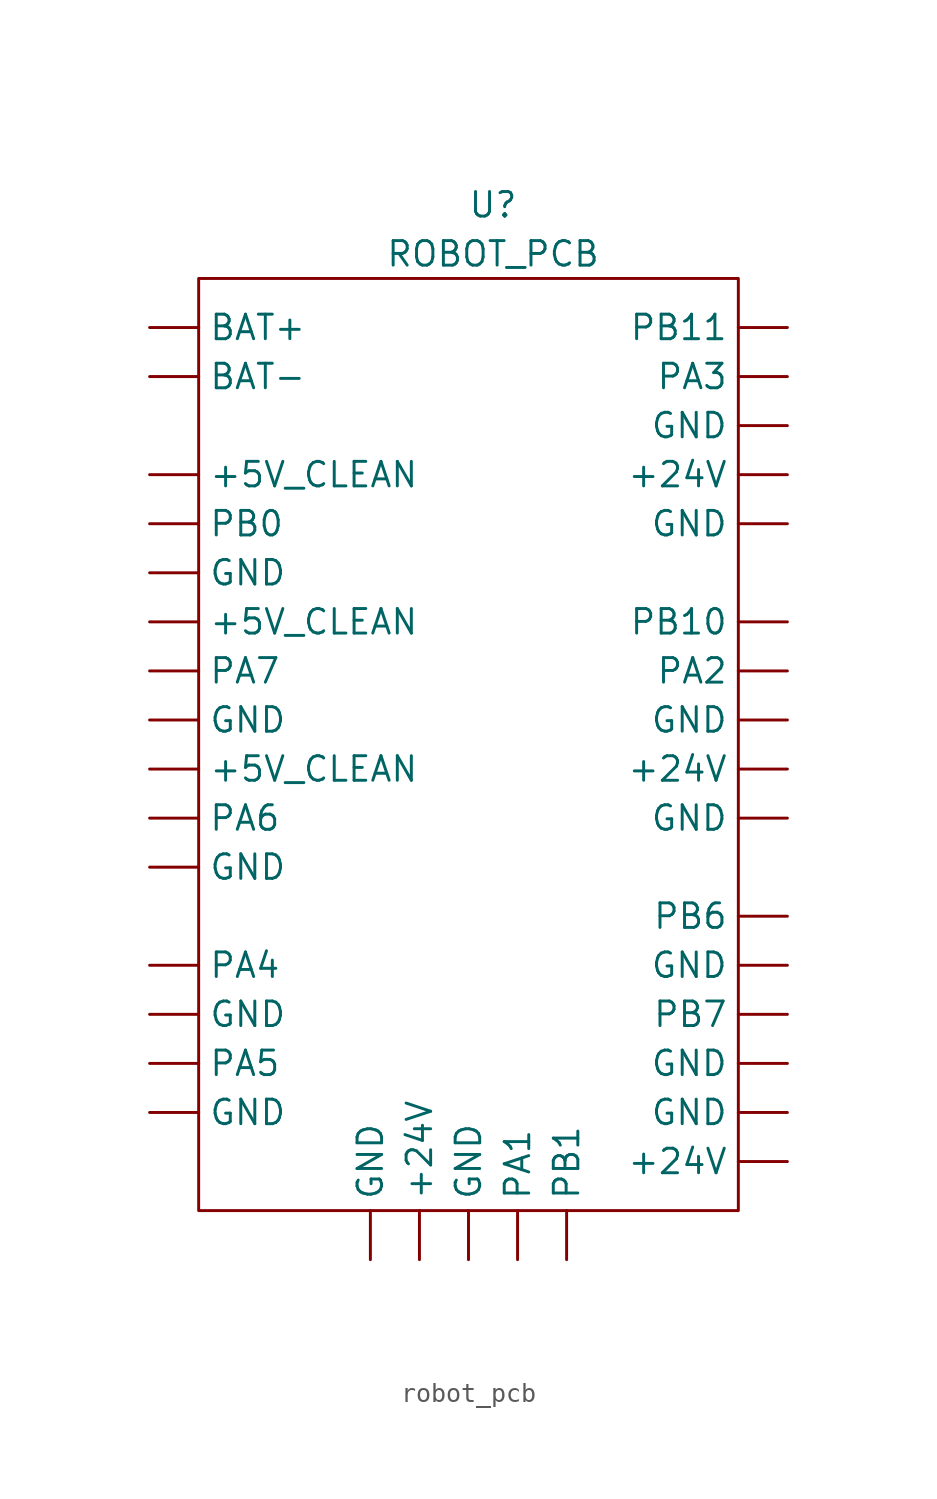
<source format=kicad_sym>
(kicad_symbol_lib
  (version 20220914)
  (generator kicad_symbol_editor)
  (symbol "robot_pcb"
    (property "Reference" "U"
      (at 1.27 52.07 0)
      (effects (font (size 1.27 1.27))))
    (property "Value" "ROBOT_PCB"
      (at 1.27 49.53 0)
      (effects (font (size 1.27 1.27))))
    (symbol "robot_pcb_0_1"
      (rectangle (start -13.97 48.26) (end 13.97 0) (stroke (width 0) (type default)) (fill (type none))))
    (symbol "robot_pcb_1_1"
      (pin power_out line (at -2.54 -2.54 90) (length 2.54) (name "+24V" (effects (font (size 1.27 1.27)))) (number "" (effects (font (size 1.27 1.27)))))
      (pin power_out line (at 16.51 2.54 180) (length 2.54) (name "+24V" (effects (font (size 1.27 1.27)))) (number "" (effects (font (size 1.27 1.27)))))
      (pin power_out line (at 16.51 22.86 180) (length 2.54) (name "+24V" (effects (font (size 1.27 1.27)))) (number "" (effects (font (size 1.27 1.27)))))
      (pin power_out line (at 16.51 38.1 180) (length 2.54) (name "+24V" (effects (font (size 1.27 1.27)))) (number "" (effects (font (size 1.27 1.27)))))
      (pin power_out line (at -16.51 22.86 0) (length 2.54) (name "+5V_CLEAN" (effects (font (size 1.27 1.27)))) (number "" (effects (font (size 1.27 1.27)))))
      (pin power_out line (at -16.51 30.48 0) (length 2.54) (name "+5V_CLEAN" (effects (font (size 1.27 1.27)))) (number "" (effects (font (size 1.27 1.27)))))
      (pin power_out line (at -16.51 38.1 0) (length 2.54) (name "+5V_CLEAN" (effects (font (size 1.27 1.27)))) (number "" (effects (font (size 1.27 1.27)))))
      (pin power_in line (at -16.51 45.72 0) (length 2.54) (name "BAT+" (effects (font (size 1.27 1.27)))) (number "" (effects (font (size 1.27 1.27)))))
      (pin power_in line (at -16.51 43.18 0) (length 2.54) (name "BAT-" (effects (font (size 1.27 1.27)))) (number "" (effects (font (size 1.27 1.27)))))
      (pin power_out line (at -16.51 5.08 0) (length 2.54) (name "GND" (effects (font (size 1.27 1.27)))) (number "" (effects (font (size 1.27 1.27)))))
      (pin power_out line (at -16.51 10.16 0) (length 2.54) (name "GND" (effects (font (size 1.27 1.27)))) (number "" (effects (font (size 1.27 1.27)))))
      (pin power_out line (at -16.51 17.78 0) (length 2.54) (name "GND" (effects (font (size 1.27 1.27)))) (number "" (effects (font (size 1.27 1.27)))))
      (pin power_out line (at -16.51 25.4 0) (length 2.54) (name "GND" (effects (font (size 1.27 1.27)))) (number "" (effects (font (size 1.27 1.27)))))
      (pin power_out line (at -16.51 33.02 0) (length 2.54) (name "GND" (effects (font (size 1.27 1.27)))) (number "" (effects (font (size 1.27 1.27)))))
      (pin power_out line (at -5.08 -2.54 90) (length 2.54) (name "GND" (effects (font (size 1.27 1.27)))) (number "" (effects (font (size 1.27 1.27)))))
      (pin power_out line (at 0 -2.54 90) (length 2.54) (name "GND" (effects (font (size 1.27 1.27)))) (number "" (effects (font (size 1.27 1.27)))))
      (pin power_out line (at 16.51 5.08 180) (length 2.54) (name "GND" (effects (font (size 1.27 1.27)))) (number "" (effects (font (size 1.27 1.27)))))
      (pin power_out line (at 16.51 7.62 180) (length 2.54) (name "GND" (effects (font (size 1.27 1.27)))) (number "" (effects (font (size 1.27 1.27)))))
      (pin power_out line (at 16.51 12.7 180) (length 2.54) (name "GND" (effects (font (size 1.27 1.27)))) (number "" (effects (font (size 1.27 1.27)))))
      (pin power_out line (at 16.51 20.32 180) (length 2.54) (name "GND" (effects (font (size 1.27 1.27)))) (number "" (effects (font (size 1.27 1.27)))))
      (pin power_out line (at 16.51 25.4 180) (length 2.54) (name "GND" (effects (font (size 1.27 1.27)))) (number "" (effects (font (size 1.27 1.27)))))
      (pin power_out line (at 16.51 35.56 180) (length 2.54) (name "GND" (effects (font (size 1.27 1.27)))) (number "" (effects (font (size 1.27 1.27)))))
      (pin power_out line (at 16.51 40.64 180) (length 2.54) (name "GND" (effects (font (size 1.27 1.27)))) (number "" (effects (font (size 1.27 1.27)))))
      (pin output line (at 2.54 -2.54 90) (length 2.54) (name "PA1" (effects (font (size 1.27 1.27)))) (number "" (effects (font (size 1.27 1.27)))))
      (pin output line (at 16.51 27.94 180) (length 2.54) (name "PA2" (effects (font (size 1.27 1.27)))) (number "" (effects (font (size 1.27 1.27)))))
      (pin output line (at 16.51 43.18 180) (length 2.54) (name "PA3" (effects (font (size 1.27 1.27)))) (number "" (effects (font (size 1.27 1.27)))))
      (pin input line (at -16.51 12.7 0) (length 2.54) (name "PA4" (effects (font (size 1.27 1.27)))) (number "" (effects (font (size 1.27 1.27)))))
      (pin input line (at -16.51 7.62 0) (length 2.54) (name "PA5" (effects (font (size 1.27 1.27)))) (number "" (effects (font (size 1.27 1.27)))))
      (pin input line (at -16.51 20.32 0) (length 2.54) (name "PA6" (effects (font (size 1.27 1.27)))) (number "" (effects (font (size 1.27 1.27)))))
      (pin input line (at -16.51 27.94 0) (length 2.54) (name "PA7" (effects (font (size 1.27 1.27)))) (number "" (effects (font (size 1.27 1.27)))))
      (pin input line (at -16.51 35.56 0) (length 2.54) (name "PB0" (effects (font (size 1.27 1.27)))) (number "" (effects (font (size 1.27 1.27)))))
      (pin output line (at 5.08 -2.54 90) (length 2.54) (name "PB1" (effects (font (size 1.27 1.27)))) (number "" (effects (font (size 1.27 1.27)))))
      (pin output line (at 16.51 30.48 180) (length 2.54) (name "PB10" (effects (font (size 1.27 1.27)))) (number "" (effects (font (size 1.27 1.27)))))
      (pin output line (at 16.51 45.72 180) (length 2.54) (name "PB11" (effects (font (size 1.27 1.27)))) (number "" (effects (font (size 1.27 1.27)))))
      (pin output line (at 16.51 15.24 180) (length 2.54) (name "PB6" (effects (font (size 1.27 1.27)))) (number "" (effects (font (size 1.27 1.27)))))
      (pin output line (at 16.51 10.16 180) (length 2.54) (name "PB7" (effects (font (size 1.27 1.27)))) (number "" (effects (font (size 1.27 1.27))))))))
</source>
